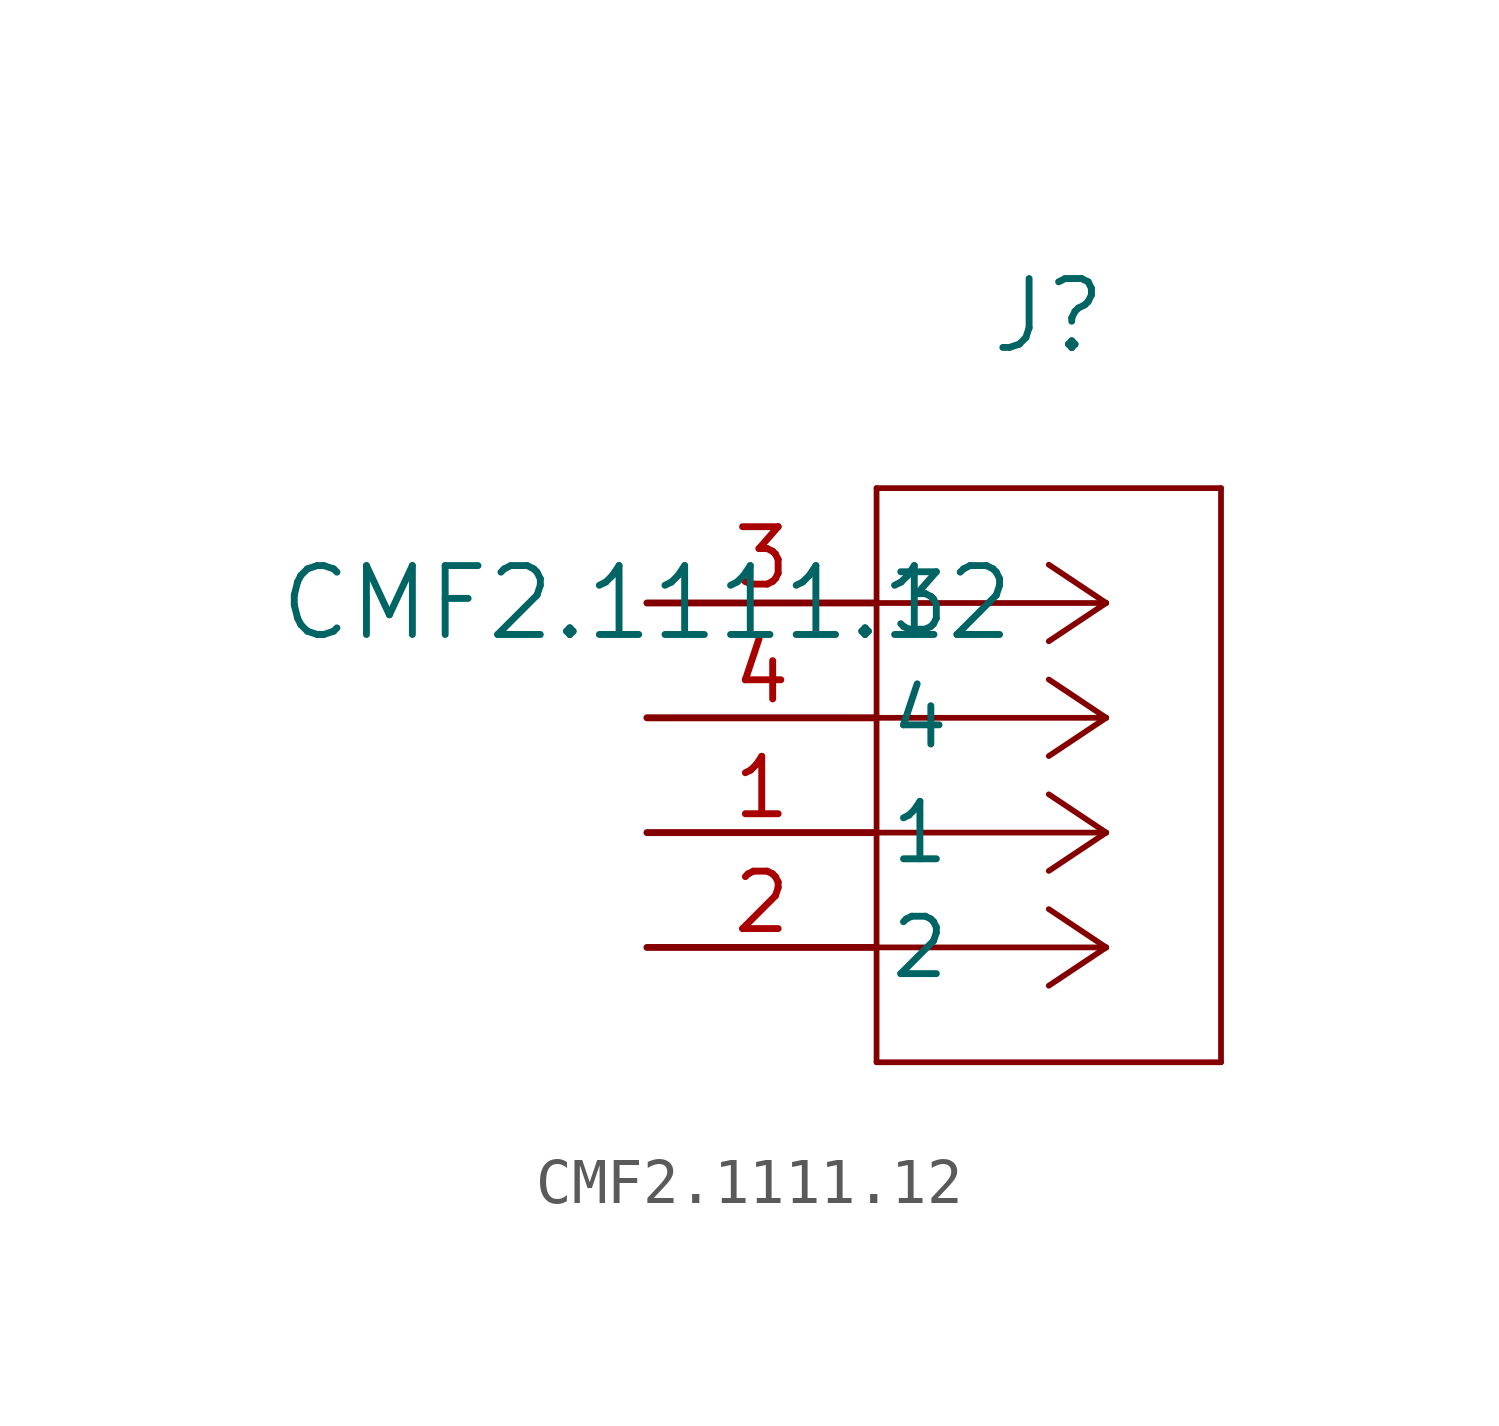
<source format=kicad_sym>
(kicad_symbol_lib
  (version 20211014)
  (generator kicad_symbol_editor)
  (symbol "CMF2.1111.12"
    (pin_names
      (offset 0.254))
    (property "Reference" "J"
      (at 8.89 6.35 0)
      (effects (font (size 1.524 1.524))))
    (property "Value" "CMF2.1111.12"
      (at 0 0 0)
      (effects (font (size 1.524 1.524))))
    (symbol "CMF2.1111.12_0_1"
      (polyline (pts (xy 10.16 0) (xy 5.08 0)) (stroke (width 0.127) (type default) (color 0 0 0 0)) (fill (type none)))
      (polyline (pts (xy 10.16 -2.54) (xy 5.08 -2.54)) (stroke (width 0.127) (type default) (color 0 0 0 0)) (fill (type none)))
      (polyline (pts (xy 10.16 -5.08) (xy 5.08 -5.08)) (stroke (width 0.127) (type default) (color 0 0 0 0)) (fill (type none)))
      (polyline (pts (xy 10.16 -7.62) (xy 5.08 -7.62)) (stroke (width 0.127) (type default) (color 0 0 0 0)) (fill (type none)))
      (polyline (pts (xy 10.16 0) (xy 8.89 0.847)) (stroke (width 0.127) (type default) (color 0 0 0 0)) (fill (type none)))
      (polyline (pts (xy 10.16 -2.54) (xy 8.89 -1.693)) (stroke (width 0.127) (type default) (color 0 0 0 0)) (fill (type none)))
      (polyline (pts (xy 10.16 -5.08) (xy 8.89 -4.233)) (stroke (width 0.127) (type default) (color 0 0 0 0)) (fill (type none)))
      (polyline (pts (xy 10.16 -7.62) (xy 8.89 -6.773)) (stroke (width 0.127) (type default) (color 0 0 0 0)) (fill (type none)))
      (polyline (pts (xy 10.16 0) (xy 8.89 -0.847)) (stroke (width 0.127) (type default) (color 0 0 0 0)) (fill (type none)))
      (polyline (pts (xy 10.16 -2.54) (xy 8.89 -3.387)) (stroke (width 0.127) (type default) (color 0 0 0 0)) (fill (type none)))
      (polyline (pts (xy 10.16 -5.08) (xy 8.89 -5.927)) (stroke (width 0.127) (type default) (color 0 0 0 0)) (fill (type none)))
      (polyline (pts (xy 10.16 -7.62) (xy 8.89 -8.467)) (stroke (width 0.127) (type default) (color 0 0 0 0)) (fill (type none)))
      (polyline (pts (xy 5.08 2.54) (xy 5.08 -10.16)) (stroke (width 0.127) (type default) (color 0 0 0 0)) (fill (type none)))
      (polyline (pts (xy 5.08 -10.16) (xy 12.7 -10.16)) (stroke (width 0.127) (type default) (color 0 0 0 0)) (fill (type none)))
      (polyline (pts (xy 12.7 -10.16) (xy 12.7 2.54)) (stroke (width 0.127) (type default) (color 0 0 0 0)) (fill (type none)))
      (polyline (pts (xy 12.7 2.54) (xy 5.08 2.54)) (stroke (width 0.127) (type default) (color 0 0 0 0)) (fill (type none)))
      (pin unspecified line (at 0 0 0) (length 5.08) (name "3" (effects (font (size 1.27 1.27)))) (number "3" (effects (font (size 1.27 1.27)))))
      (pin unspecified line (at 0 -2.54 0) (length 5.08) (name "4" (effects (font (size 1.27 1.27)))) (number "4" (effects (font (size 1.27 1.27)))))
      (pin unspecified line (at 0 -5.08 0) (length 5.08) (name "1" (effects (font (size 1.27 1.27)))) (number "1" (effects (font (size 1.27 1.27)))))
      (pin unspecified line (at 0 -7.62 0) (length 5.08) (name "2" (effects (font (size 1.27 1.27)))) (number "2" (effects (font (size 1.27 1.27))))))))
</source>
